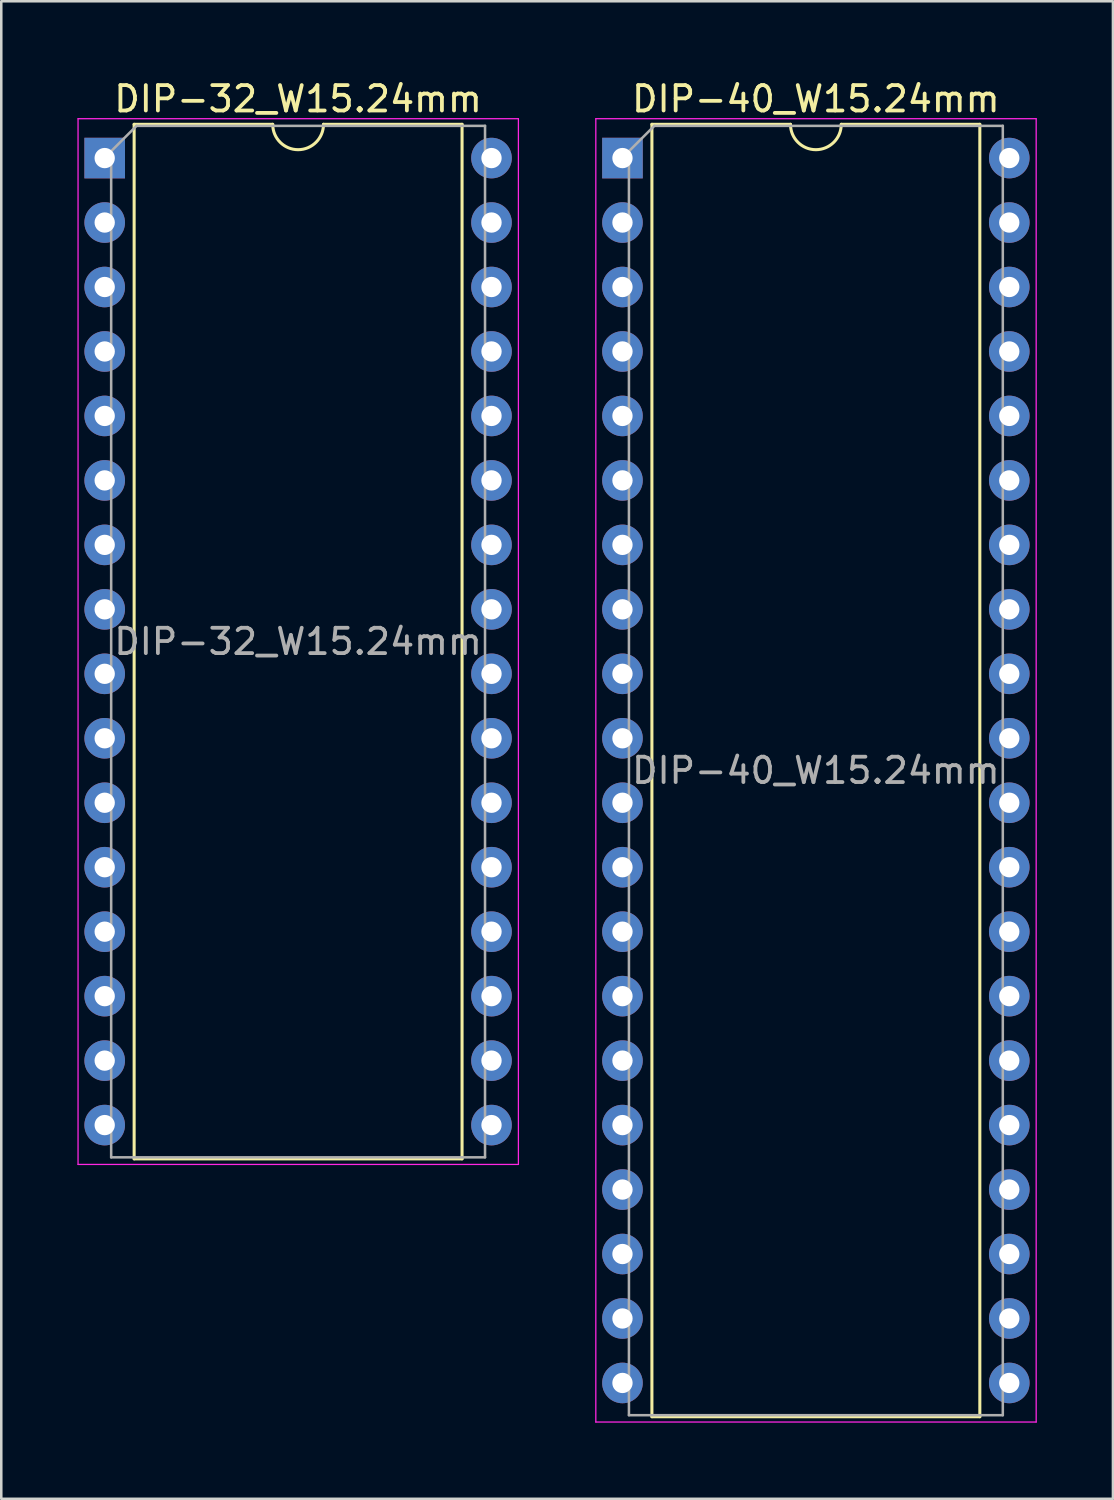
<source format=kicad_pcb>
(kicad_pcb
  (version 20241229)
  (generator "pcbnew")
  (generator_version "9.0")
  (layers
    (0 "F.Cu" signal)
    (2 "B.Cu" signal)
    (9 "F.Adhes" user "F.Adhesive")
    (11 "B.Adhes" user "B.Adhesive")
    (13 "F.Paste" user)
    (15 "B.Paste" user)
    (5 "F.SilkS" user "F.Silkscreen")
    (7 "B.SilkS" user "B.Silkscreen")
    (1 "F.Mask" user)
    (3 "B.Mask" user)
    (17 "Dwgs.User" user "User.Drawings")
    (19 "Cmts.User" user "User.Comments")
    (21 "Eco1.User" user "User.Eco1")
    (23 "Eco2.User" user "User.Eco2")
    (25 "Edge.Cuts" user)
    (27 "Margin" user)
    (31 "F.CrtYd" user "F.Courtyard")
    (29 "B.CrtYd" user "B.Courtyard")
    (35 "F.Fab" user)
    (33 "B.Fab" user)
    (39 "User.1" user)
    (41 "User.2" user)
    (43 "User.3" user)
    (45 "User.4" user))
  (footprint "DIP-40_W15.24mm"
    (layer "F.Cu")
    (at 21.475 3.178)
    (property "Reference" "DIP-40_W15.24mm" (at 7.62 -2.33 0) (layer "F.SilkS") (effects (font (size 1 1) (thickness 0.15))))
    (attr through_hole)
    (fp_line (start 1.16 -1.33) (end 1.16 49.59) (stroke (width 0.12) (type solid)) (layer "F.SilkS"))
    (fp_line (start 1.16 49.59) (end 14.08 49.59) (stroke (width 0.12) (type solid)) (layer "F.SilkS"))
    (fp_line (start 6.62 -1.33) (end 1.16 -1.33) (stroke (width 0.12) (type solid)) (layer "F.SilkS"))
    (fp_line (start 14.08 -1.33) (end 8.62 -1.33) (stroke (width 0.12) (type solid)) (layer "F.SilkS"))
    (fp_line (start 14.08 49.59) (end 14.08 -1.33) (stroke (width 0.12) (type solid)) (layer "F.SilkS"))
    (fp_arc (start 8.62 -1.33) (mid 7.62 -0.33) (end 6.62 -1.33) (stroke (width 0.12) (type solid)) (layer "F.SilkS"))
    (fp_line (start -1.05 -1.55) (end -1.05 49.8) (stroke (width 0.05) (type solid)) (layer "F.CrtYd"))
    (fp_line (start -1.05 49.8) (end 16.3 49.8) (stroke (width 0.05) (type solid)) (layer "F.CrtYd"))
    (fp_line (start 16.3 -1.55) (end -1.05 -1.55) (stroke (width 0.05) (type solid)) (layer "F.CrtYd"))
    (fp_line (start 16.3 49.8) (end 16.3 -1.55) (stroke (width 0.05) (type solid)) (layer "F.CrtYd"))
    (fp_line (start 0.255 -0.27) (end 1.255 -1.27) (stroke (width 0.1) (type solid)) (layer "F.Fab"))
    (fp_line (start 0.255 49.53) (end 0.255 -0.27) (stroke (width 0.1) (type solid)) (layer "F.Fab"))
    (fp_line (start 1.255 -1.27) (end 14.985 -1.27) (stroke (width 0.1) (type solid)) (layer "F.Fab"))
    (fp_line (start 14.985 -1.27) (end 14.985 49.53) (stroke (width 0.1) (type solid)) (layer "F.Fab"))
    (fp_line (start 14.985 49.53) (end 0.255 49.53) (stroke (width 0.1) (type solid)) (layer "F.Fab"))
    (fp_text user "${REFERENCE}" (at 7.62 24.13 0) (layer "F.Fab") (effects (font (size 1 1) (thickness 0.15))))
    (pad "1" thru_hole rect (at 0 0) (size 1.6 1.6) (drill 0.8) (layers "*.Cu" "*.Mask"))
    (pad "2" thru_hole oval (at 0 2.54) (size 1.6 1.6) (drill 0.8) (layers "*.Cu" "*.Mask"))
    (pad "3" thru_hole oval (at 0 5.08) (size 1.6 1.6) (drill 0.8) (layers "*.Cu" "*.Mask"))
    (pad "4" thru_hole oval (at 0 7.62) (size 1.6 1.6) (drill 0.8) (layers "*.Cu" "*.Mask"))
    (pad "5" thru_hole oval (at 0 10.16) (size 1.6 1.6) (drill 0.8) (layers "*.Cu" "*.Mask"))
    (pad "6" thru_hole oval (at 0 12.7) (size 1.6 1.6) (drill 0.8) (layers "*.Cu" "*.Mask"))
    (pad "7" thru_hole oval (at 0 15.24) (size 1.6 1.6) (drill 0.8) (layers "*.Cu" "*.Mask"))
    (pad "8" thru_hole oval (at 0 17.78) (size 1.6 1.6) (drill 0.8) (layers "*.Cu" "*.Mask"))
    (pad "9" thru_hole oval (at 0 20.32) (size 1.6 1.6) (drill 0.8) (layers "*.Cu" "*.Mask"))
    (pad "10" thru_hole oval (at 0 22.86) (size 1.6 1.6) (drill 0.8) (layers "*.Cu" "*.Mask"))
    (pad "11" thru_hole oval (at 0 25.4) (size 1.6 1.6) (drill 0.8) (layers "*.Cu" "*.Mask"))
    (pad "12" thru_hole oval (at 0 27.94) (size 1.6 1.6) (drill 0.8) (layers "*.Cu" "*.Mask"))
    (pad "13" thru_hole oval (at 0 30.48) (size 1.6 1.6) (drill 0.8) (layers "*.Cu" "*.Mask"))
    (pad "14" thru_hole oval (at 0 33.02) (size 1.6 1.6) (drill 0.8) (layers "*.Cu" "*.Mask"))
    (pad "15" thru_hole oval (at 0 35.56) (size 1.6 1.6) (drill 0.8) (layers "*.Cu" "*.Mask"))
    (pad "16" thru_hole oval (at 0 38.1) (size 1.6 1.6) (drill 0.8) (layers "*.Cu" "*.Mask"))
    (pad "17" thru_hole oval (at 0 40.64) (size 1.6 1.6) (drill 0.8) (layers "*.Cu" "*.Mask"))
    (pad "18" thru_hole oval (at 0 43.18) (size 1.6 1.6) (drill 0.8) (layers "*.Cu" "*.Mask"))
    (pad "19" thru_hole oval (at 0 45.72) (size 1.6 1.6) (drill 0.8) (layers "*.Cu" "*.Mask"))
    (pad "20" thru_hole oval (at 0 48.26) (size 1.6 1.6) (drill 0.8) (layers "*.Cu" "*.Mask"))
    (pad "21" thru_hole oval (at 15.24 48.26) (size 1.6 1.6) (drill 0.8) (layers "*.Cu" "*.Mask"))
    (pad "22" thru_hole oval (at 15.24 45.72) (size 1.6 1.6) (drill 0.8) (layers "*.Cu" "*.Mask"))
    (pad "23" thru_hole oval (at 15.24 43.18) (size 1.6 1.6) (drill 0.8) (layers "*.Cu" "*.Mask"))
    (pad "24" thru_hole oval (at 15.24 40.64) (size 1.6 1.6) (drill 0.8) (layers "*.Cu" "*.Mask"))
    (pad "25" thru_hole oval (at 15.24 38.1) (size 1.6 1.6) (drill 0.8) (layers "*.Cu" "*.Mask"))
    (pad "26" thru_hole oval (at 15.24 35.56) (size 1.6 1.6) (drill 0.8) (layers "*.Cu" "*.Mask"))
    (pad "27" thru_hole oval (at 15.24 33.02) (size 1.6 1.6) (drill 0.8) (layers "*.Cu" "*.Mask"))
    (pad "28" thru_hole oval (at 15.24 30.48) (size 1.6 1.6) (drill 0.8) (layers "*.Cu" "*.Mask"))
    (pad "29" thru_hole oval (at 15.24 27.94) (size 1.6 1.6) (drill 0.8) (layers "*.Cu" "*.Mask"))
    (pad "30" thru_hole oval (at 15.24 25.4) (size 1.6 1.6) (drill 0.8) (layers "*.Cu" "*.Mask"))
    (pad "31" thru_hole oval (at 15.24 22.86) (size 1.6 1.6) (drill 0.8) (layers "*.Cu" "*.Mask"))
    (pad "32" thru_hole oval (at 15.24 20.32) (size 1.6 1.6) (drill 0.8) (layers "*.Cu" "*.Mask"))
    (pad "33" thru_hole oval (at 15.24 17.78) (size 1.6 1.6) (drill 0.8) (layers "*.Cu" "*.Mask"))
    (pad "34" thru_hole oval (at 15.24 15.24) (size 1.6 1.6) (drill 0.8) (layers "*.Cu" "*.Mask"))
    (pad "35" thru_hole oval (at 15.24 12.7) (size 1.6 1.6) (drill 0.8) (layers "*.Cu" "*.Mask"))
    (pad "36" thru_hole oval (at 15.24 10.16) (size 1.6 1.6) (drill 0.8) (layers "*.Cu" "*.Mask"))
    (pad "37" thru_hole oval (at 15.24 7.62) (size 1.6 1.6) (drill 0.8) (layers "*.Cu" "*.Mask"))
    (pad "38" thru_hole oval (at 15.24 5.08) (size 1.6 1.6) (drill 0.8) (layers "*.Cu" "*.Mask"))
    (pad "39" thru_hole oval (at 15.24 2.54) (size 1.6 1.6) (drill 0.8) (layers "*.Cu" "*.Mask"))
    (pad "40" thru_hole oval (at 15.24 0) (size 1.6 1.6) (drill 0.8) (layers "*.Cu" "*.Mask")))
  (footprint "DIP-32_W15.24mm"
    (layer "F.Cu")
    (at 1.075 3.178)
    (property "Reference" "DIP-32_W15.24mm" (at 7.62 -2.33 0) (layer "F.SilkS") (effects (font (size 1 1) (thickness 0.15))))
    (attr through_hole)
    (fp_line (start 1.16 -1.33) (end 1.16 39.43) (stroke (width 0.12) (type solid)) (layer "F.SilkS"))
    (fp_line (start 1.16 39.43) (end 14.08 39.43) (stroke (width 0.12) (type solid)) (layer "F.SilkS"))
    (fp_line (start 6.62 -1.33) (end 1.16 -1.33) (stroke (width 0.12) (type solid)) (layer "F.SilkS"))
    (fp_line (start 14.08 -1.33) (end 8.62 -1.33) (stroke (width 0.12) (type solid)) (layer "F.SilkS"))
    (fp_line (start 14.08 39.43) (end 14.08 -1.33) (stroke (width 0.12) (type solid)) (layer "F.SilkS"))
    (fp_arc (start 8.62 -1.33) (mid 7.62 -0.33) (end 6.62 -1.33) (stroke (width 0.12) (type solid)) (layer "F.SilkS"))
    (fp_line (start -1.05 -1.55) (end -1.05 39.65) (stroke (width 0.05) (type solid)) (layer "F.CrtYd"))
    (fp_line (start -1.05 39.65) (end 16.3 39.65) (stroke (width 0.05) (type solid)) (layer "F.CrtYd"))
    (fp_line (start 16.3 -1.55) (end -1.05 -1.55) (stroke (width 0.05) (type solid)) (layer "F.CrtYd"))
    (fp_line (start 16.3 39.65) (end 16.3 -1.55) (stroke (width 0.05) (type solid)) (layer "F.CrtYd"))
    (fp_line (start 0.255 -0.27) (end 1.255 -1.27) (stroke (width 0.1) (type solid)) (layer "F.Fab"))
    (fp_line (start 0.255 39.37) (end 0.255 -0.27) (stroke (width 0.1) (type solid)) (layer "F.Fab"))
    (fp_line (start 1.255 -1.27) (end 14.985 -1.27) (stroke (width 0.1) (type solid)) (layer "F.Fab"))
    (fp_line (start 14.985 -1.27) (end 14.985 39.37) (stroke (width 0.1) (type solid)) (layer "F.Fab"))
    (fp_line (start 14.985 39.37) (end 0.255 39.37) (stroke (width 0.1) (type solid)) (layer "F.Fab"))
    (fp_text user "${REFERENCE}" (at 7.62 19.05 0) (layer "F.Fab") (effects (font (size 1 1) (thickness 0.15))))
    (pad "1" thru_hole rect (at 0 0) (size 1.6 1.6) (drill 0.8) (layers "*.Cu" "*.Mask"))
    (pad "2" thru_hole oval (at 0 2.54) (size 1.6 1.6) (drill 0.8) (layers "*.Cu" "*.Mask"))
    (pad "3" thru_hole oval (at 0 5.08) (size 1.6 1.6) (drill 0.8) (layers "*.Cu" "*.Mask"))
    (pad "4" thru_hole oval (at 0 7.62) (size 1.6 1.6) (drill 0.8) (layers "*.Cu" "*.Mask"))
    (pad "5" thru_hole oval (at 0 10.16) (size 1.6 1.6) (drill 0.8) (layers "*.Cu" "*.Mask"))
    (pad "6" thru_hole oval (at 0 12.7) (size 1.6 1.6) (drill 0.8) (layers "*.Cu" "*.Mask"))
    (pad "7" thru_hole oval (at 0 15.24) (size 1.6 1.6) (drill 0.8) (layers "*.Cu" "*.Mask"))
    (pad "8" thru_hole oval (at 0 17.78) (size 1.6 1.6) (drill 0.8) (layers "*.Cu" "*.Mask"))
    (pad "9" thru_hole oval (at 0 20.32) (size 1.6 1.6) (drill 0.8) (layers "*.Cu" "*.Mask"))
    (pad "10" thru_hole oval (at 0 22.86) (size 1.6 1.6) (drill 0.8) (layers "*.Cu" "*.Mask"))
    (pad "11" thru_hole oval (at 0 25.4) (size 1.6 1.6) (drill 0.8) (layers "*.Cu" "*.Mask"))
    (pad "12" thru_hole oval (at 0 27.94) (size 1.6 1.6) (drill 0.8) (layers "*.Cu" "*.Mask"))
    (pad "13" thru_hole oval (at 0 30.48) (size 1.6 1.6) (drill 0.8) (layers "*.Cu" "*.Mask"))
    (pad "14" thru_hole oval (at 0 33.02) (size 1.6 1.6) (drill 0.8) (layers "*.Cu" "*.Mask"))
    (pad "15" thru_hole oval (at 0 35.56) (size 1.6 1.6) (drill 0.8) (layers "*.Cu" "*.Mask"))
    (pad "16" thru_hole oval (at 0 38.1) (size 1.6 1.6) (drill 0.8) (layers "*.Cu" "*.Mask"))
    (pad "17" thru_hole oval (at 15.24 38.1) (size 1.6 1.6) (drill 0.8) (layers "*.Cu" "*.Mask"))
    (pad "18" thru_hole oval (at 15.24 35.56) (size 1.6 1.6) (drill 0.8) (layers "*.Cu" "*.Mask"))
    (pad "19" thru_hole oval (at 15.24 33.02) (size 1.6 1.6) (drill 0.8) (layers "*.Cu" "*.Mask"))
    (pad "20" thru_hole oval (at 15.24 30.48) (size 1.6 1.6) (drill 0.8) (layers "*.Cu" "*.Mask"))
    (pad "21" thru_hole oval (at 15.24 27.94) (size 1.6 1.6) (drill 0.8) (layers "*.Cu" "*.Mask"))
    (pad "22" thru_hole oval (at 15.24 25.4) (size 1.6 1.6) (drill 0.8) (layers "*.Cu" "*.Mask"))
    (pad "23" thru_hole oval (at 15.24 22.86) (size 1.6 1.6) (drill 0.8) (layers "*.Cu" "*.Mask"))
    (pad "24" thru_hole oval (at 15.24 20.32) (size 1.6 1.6) (drill 0.8) (layers "*.Cu" "*.Mask"))
    (pad "25" thru_hole oval (at 15.24 17.78) (size 1.6 1.6) (drill 0.8) (layers "*.Cu" "*.Mask"))
    (pad "26" thru_hole oval (at 15.24 15.24) (size 1.6 1.6) (drill 0.8) (layers "*.Cu" "*.Mask"))
    (pad "27" thru_hole oval (at 15.24 12.7) (size 1.6 1.6) (drill 0.8) (layers "*.Cu" "*.Mask"))
    (pad "28" thru_hole oval (at 15.24 10.16) (size 1.6 1.6) (drill 0.8) (layers "*.Cu" "*.Mask"))
    (pad "29" thru_hole oval (at 15.24 7.62) (size 1.6 1.6) (drill 0.8) (layers "*.Cu" "*.Mask"))
    (pad "30" thru_hole oval (at 15.24 5.08) (size 1.6 1.6) (drill 0.8) (layers "*.Cu" "*.Mask"))
    (pad "31" thru_hole oval (at 15.24 2.54) (size 1.6 1.6) (drill 0.8) (layers "*.Cu" "*.Mask"))
    (pad "32" thru_hole oval (at 15.24 0) (size 1.6 1.6) (drill 0.8) (layers "*.Cu" "*.Mask")))
  (gr_rect
    (start -3 -3)
    (end 40.8 56.003)
    (stroke (width 0.1) (type default))
    (fill no)
    (layer "Edge.Cuts")))
</source>
